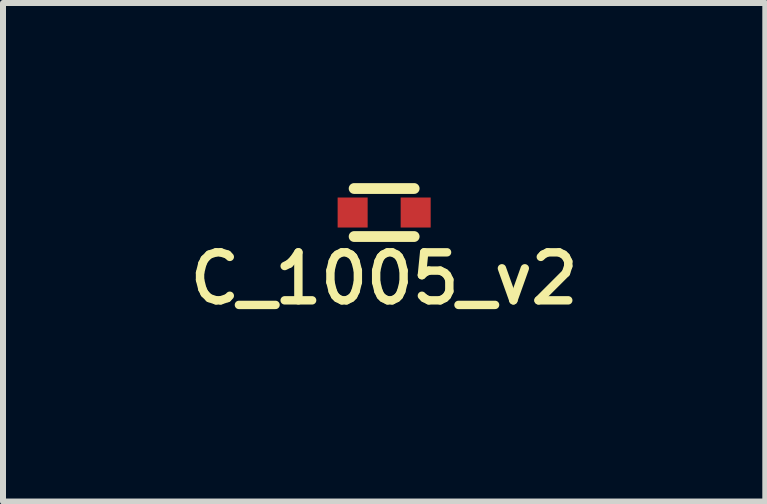
<source format=kicad_pcb>
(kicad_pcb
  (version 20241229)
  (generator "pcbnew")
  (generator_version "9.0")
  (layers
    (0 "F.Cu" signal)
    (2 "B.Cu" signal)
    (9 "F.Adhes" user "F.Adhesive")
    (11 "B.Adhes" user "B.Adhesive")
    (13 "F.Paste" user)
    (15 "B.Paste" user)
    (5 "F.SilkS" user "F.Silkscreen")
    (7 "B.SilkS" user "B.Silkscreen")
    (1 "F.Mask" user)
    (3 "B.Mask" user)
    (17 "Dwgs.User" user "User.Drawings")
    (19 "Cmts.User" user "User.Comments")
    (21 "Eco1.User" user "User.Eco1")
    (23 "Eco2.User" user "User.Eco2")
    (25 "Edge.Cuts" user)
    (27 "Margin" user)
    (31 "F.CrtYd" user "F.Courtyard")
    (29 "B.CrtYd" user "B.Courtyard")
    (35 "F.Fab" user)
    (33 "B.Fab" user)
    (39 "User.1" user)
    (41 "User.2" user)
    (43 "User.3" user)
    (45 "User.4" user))
  (footprint "C_1005_v2"
    (layer "F.Cu")
    (at 3.349 0.49)
    (property "Reference" "C_1005_v2" (at 0 1.1 0) (layer "F.SilkS") (effects (font (size 0.8 0.8) (thickness 0.14))))
    (attr smd)
    (fp_line (start -0.5 -0.4) (end 0.5 -0.4) (stroke (width 0.18) (type solid)) (layer "F.SilkS"))
    (fp_line (start 0.5 0.4) (end -0.5 0.4) (stroke (width 0.18) (type solid)) (layer "F.SilkS"))
    (pad "1" smd rect (at -0.525 0) (size 0.5 0.5) (layers "F.Cu" "F.Mask" "F.Paste"))
    (pad "2" smd rect (at 0.525 0) (size 0.5 0.5) (layers "F.Cu" "F.Mask" "F.Paste")))
  (gr_rect
    (start -3 -3)
    (end 9.698 5.304)
    (stroke (width 0.1) (type default))
    (fill no)
    (layer "Edge.Cuts")))
</source>
